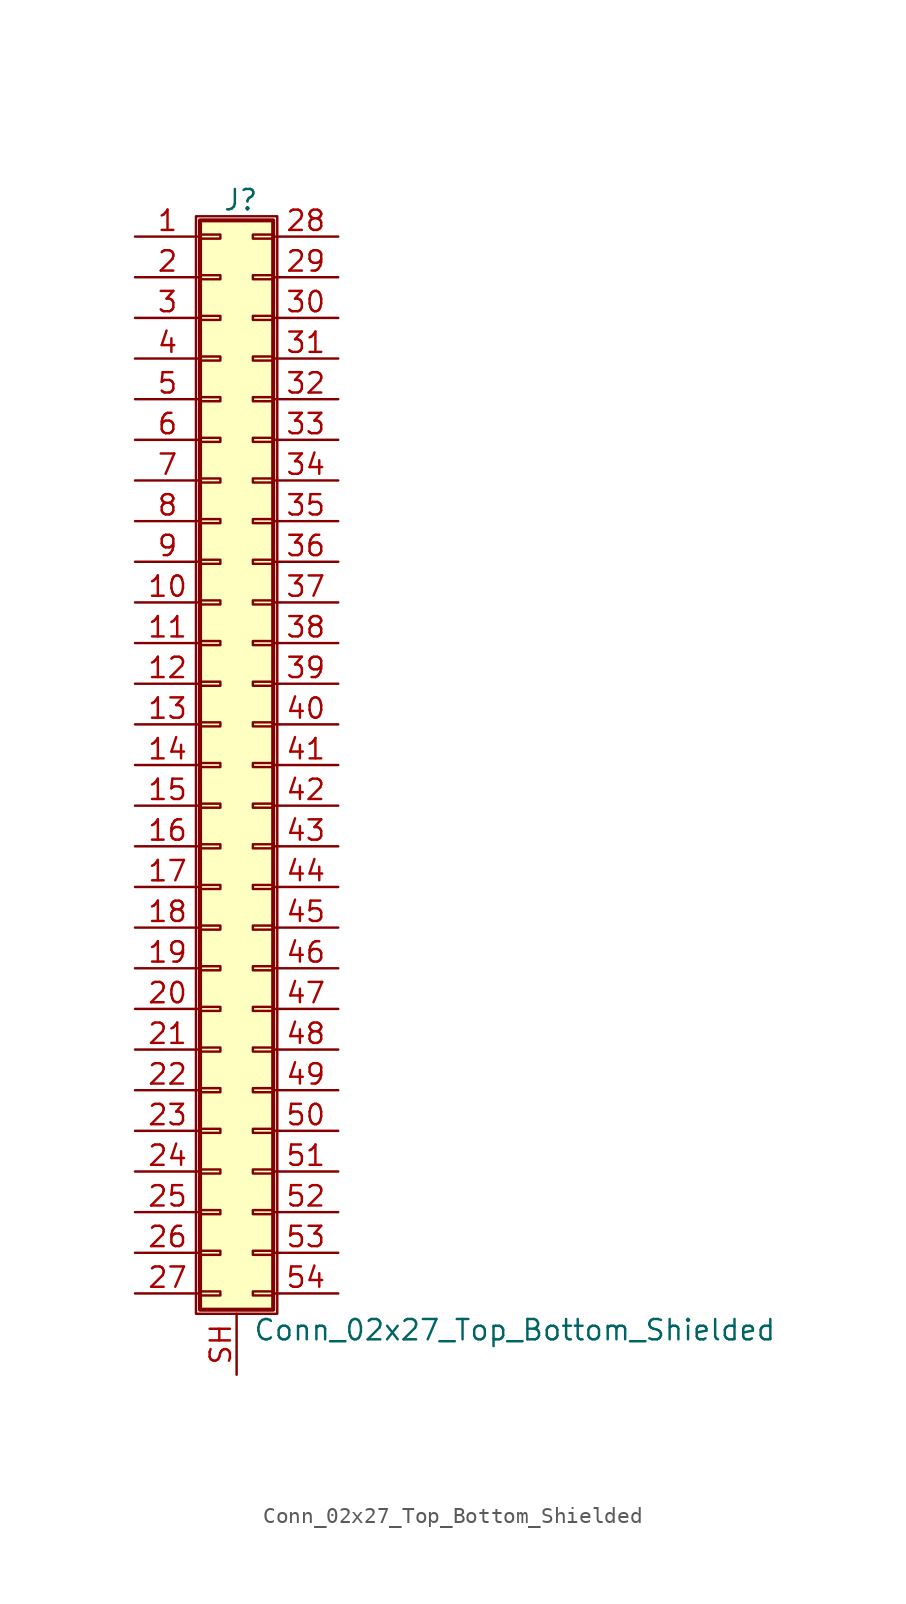
<source format=kicad_sym>
(kicad_symbol_lib
  (version 20211014)
  (generator kicad_symbol_editor)
  (symbol "Conn_02x27_Top_Bottom_Shielded"
    (pin_names
      (offset 1.016) hide)
    (property "Reference" "J"
      (at 1.524 35.306 0)
      (effects (font (size 1.27 1.27))))
    (property "Value" "Conn_02x27_Top_Bottom_Shielded"
      (at 2.286 -35.306 0)
      (effects (font (size 1.27 1.27)) (justify left)))
    (symbol "Conn_02x27_Top_Bottom_Shielded_1_1"
      (rectangle (start -1.27 34.29) (end 3.81 -34.29) (stroke (width 0.152) (type default) (color 0 0 0 0)) (fill (type none)))
      (rectangle (start -1.016 -32.893) (end 0.254 -33.147) (stroke (width 0.152) (type default) (color 0 0 0 0)) (fill (type none)))
      (rectangle (start -1.016 -30.353) (end 0.254 -30.607) (stroke (width 0.152) (type default) (color 0 0 0 0)) (fill (type none)))
      (rectangle (start -1.016 -27.813) (end 0.254 -28.067) (stroke (width 0.152) (type default) (color 0 0 0 0)) (fill (type none)))
      (rectangle (start -1.016 -25.273) (end 0.254 -25.527) (stroke (width 0.152) (type default) (color 0 0 0 0)) (fill (type none)))
      (rectangle (start -1.016 -22.733) (end 0.254 -22.987) (stroke (width 0.152) (type default) (color 0 0 0 0)) (fill (type none)))
      (rectangle (start -1.016 -20.193) (end 0.254 -20.447) (stroke (width 0.152) (type default) (color 0 0 0 0)) (fill (type none)))
      (rectangle (start -1.016 -17.653) (end 0.254 -17.907) (stroke (width 0.152) (type default) (color 0 0 0 0)) (fill (type none)))
      (rectangle (start -1.016 -15.113) (end 0.254 -15.367) (stroke (width 0.152) (type default) (color 0 0 0 0)) (fill (type none)))
      (rectangle (start -1.016 -12.573) (end 0.254 -12.827) (stroke (width 0.152) (type default) (color 0 0 0 0)) (fill (type none)))
      (rectangle (start -1.016 -10.033) (end 0.254 -10.287) (stroke (width 0.152) (type default) (color 0 0 0 0)) (fill (type none)))
      (rectangle (start -1.016 -7.493) (end 0.254 -7.747) (stroke (width 0.152) (type default) (color 0 0 0 0)) (fill (type none)))
      (rectangle (start -1.016 -4.953) (end 0.254 -5.207) (stroke (width 0.152) (type default) (color 0 0 0 0)) (fill (type none)))
      (rectangle (start -1.016 -2.413) (end 0.254 -2.667) (stroke (width 0.152) (type default) (color 0 0 0 0)) (fill (type none)))
      (rectangle (start -1.016 0.127) (end 0.254 -0.127) (stroke (width 0.152) (type default) (color 0 0 0 0)) (fill (type none)))
      (rectangle (start -1.016 2.667) (end 0.254 2.413) (stroke (width 0.152) (type default) (color 0 0 0 0)) (fill (type none)))
      (rectangle (start -1.016 5.207) (end 0.254 4.953) (stroke (width 0.152) (type default) (color 0 0 0 0)) (fill (type none)))
      (rectangle (start -1.016 7.747) (end 0.254 7.493) (stroke (width 0.152) (type default) (color 0 0 0 0)) (fill (type none)))
      (rectangle (start -1.016 10.287) (end 0.254 10.033) (stroke (width 0.152) (type default) (color 0 0 0 0)) (fill (type none)))
      (rectangle (start -1.016 12.827) (end 0.254 12.573) (stroke (width 0.152) (type default) (color 0 0 0 0)) (fill (type none)))
      (rectangle (start -1.016 15.367) (end 0.254 15.113) (stroke (width 0.152) (type default) (color 0 0 0 0)) (fill (type none)))
      (rectangle (start -1.016 17.907) (end 0.254 17.653) (stroke (width 0.152) (type default) (color 0 0 0 0)) (fill (type none)))
      (rectangle (start -1.016 20.447) (end 0.254 20.193) (stroke (width 0.152) (type default) (color 0 0 0 0)) (fill (type none)))
      (rectangle (start -1.016 22.987) (end 0.254 22.733) (stroke (width 0.152) (type default) (color 0 0 0 0)) (fill (type none)))
      (rectangle (start -1.016 25.527) (end 0.254 25.273) (stroke (width 0.152) (type default) (color 0 0 0 0)) (fill (type none)))
      (rectangle (start -1.016 28.067) (end 0.254 27.813) (stroke (width 0.152) (type default) (color 0 0 0 0)) (fill (type none)))
      (rectangle (start -1.016 30.607) (end 0.254 30.353) (stroke (width 0.152) (type default) (color 0 0 0 0)) (fill (type none)))
      (rectangle (start -1.016 33.147) (end 0.254 32.893) (stroke (width 0.152) (type default) (color 0 0 0 0)) (fill (type none)))
      (rectangle (start -1.016 34.036) (end 3.556 -34.036) (stroke (width 0.254) (type default) (color 0 0 0 0)) (fill (type background)))
      (rectangle (start 3.556 -32.893) (end 2.286 -33.147) (stroke (width 0.152) (type default) (color 0 0 0 0)) (fill (type none)))
      (rectangle (start 3.556 -30.353) (end 2.286 -30.607) (stroke (width 0.152) (type default) (color 0 0 0 0)) (fill (type none)))
      (rectangle (start 3.556 -27.813) (end 2.286 -28.067) (stroke (width 0.152) (type default) (color 0 0 0 0)) (fill (type none)))
      (rectangle (start 3.556 -25.273) (end 2.286 -25.527) (stroke (width 0.152) (type default) (color 0 0 0 0)) (fill (type none)))
      (rectangle (start 3.556 -22.733) (end 2.286 -22.987) (stroke (width 0.152) (type default) (color 0 0 0 0)) (fill (type none)))
      (rectangle (start 3.556 -20.193) (end 2.286 -20.447) (stroke (width 0.152) (type default) (color 0 0 0 0)) (fill (type none)))
      (rectangle (start 3.556 -17.653) (end 2.286 -17.907) (stroke (width 0.152) (type default) (color 0 0 0 0)) (fill (type none)))
      (rectangle (start 3.556 -15.113) (end 2.286 -15.367) (stroke (width 0.152) (type default) (color 0 0 0 0)) (fill (type none)))
      (rectangle (start 3.556 -12.573) (end 2.286 -12.827) (stroke (width 0.152) (type default) (color 0 0 0 0)) (fill (type none)))
      (rectangle (start 3.556 -10.033) (end 2.286 -10.287) (stroke (width 0.152) (type default) (color 0 0 0 0)) (fill (type none)))
      (rectangle (start 3.556 -7.493) (end 2.286 -7.747) (stroke (width 0.152) (type default) (color 0 0 0 0)) (fill (type none)))
      (rectangle (start 3.556 -4.953) (end 2.286 -5.207) (stroke (width 0.152) (type default) (color 0 0 0 0)) (fill (type none)))
      (rectangle (start 3.556 -2.413) (end 2.286 -2.667) (stroke (width 0.152) (type default) (color 0 0 0 0)) (fill (type none)))
      (rectangle (start 3.556 0.127) (end 2.286 -0.127) (stroke (width 0.152) (type default) (color 0 0 0 0)) (fill (type none)))
      (rectangle (start 3.556 2.667) (end 2.286 2.413) (stroke (width 0.152) (type default) (color 0 0 0 0)) (fill (type none)))
      (rectangle (start 3.556 5.207) (end 2.286 4.953) (stroke (width 0.152) (type default) (color 0 0 0 0)) (fill (type none)))
      (rectangle (start 3.556 7.747) (end 2.286 7.493) (stroke (width 0.152) (type default) (color 0 0 0 0)) (fill (type none)))
      (rectangle (start 3.556 10.287) (end 2.286 10.033) (stroke (width 0.152) (type default) (color 0 0 0 0)) (fill (type none)))
      (rectangle (start 3.556 12.827) (end 2.286 12.573) (stroke (width 0.152) (type default) (color 0 0 0 0)) (fill (type none)))
      (rectangle (start 3.556 15.367) (end 2.286 15.113) (stroke (width 0.152) (type default) (color 0 0 0 0)) (fill (type none)))
      (rectangle (start 3.556 17.907) (end 2.286 17.653) (stroke (width 0.152) (type default) (color 0 0 0 0)) (fill (type none)))
      (rectangle (start 3.556 20.447) (end 2.286 20.193) (stroke (width 0.152) (type default) (color 0 0 0 0)) (fill (type none)))
      (rectangle (start 3.556 22.987) (end 2.286 22.733) (stroke (width 0.152) (type default) (color 0 0 0 0)) (fill (type none)))
      (rectangle (start 3.556 25.527) (end 2.286 25.273) (stroke (width 0.152) (type default) (color 0 0 0 0)) (fill (type none)))
      (rectangle (start 3.556 28.067) (end 2.286 27.813) (stroke (width 0.152) (type default) (color 0 0 0 0)) (fill (type none)))
      (rectangle (start 3.556 30.607) (end 2.286 30.353) (stroke (width 0.152) (type default) (color 0 0 0 0)) (fill (type none)))
      (rectangle (start 3.556 33.147) (end 2.286 32.893) (stroke (width 0.152) (type default) (color 0 0 0 0)) (fill (type none)))
      (pin passive line (at -5.08 33.02 0) (length 4.064) (name "Pin_1" (effects (font (size 1.27 1.27)))) (number "1" (effects (font (size 1.27 1.27)))))
      (pin passive line (at -5.08 10.16 0) (length 4.064) (name "Pin_10" (effects (font (size 1.27 1.27)))) (number "10" (effects (font (size 1.27 1.27)))))
      (pin passive line (at -5.08 7.62 0) (length 4.064) (name "Pin_11" (effects (font (size 1.27 1.27)))) (number "11" (effects (font (size 1.27 1.27)))))
      (pin passive line (at -5.08 5.08 0) (length 4.064) (name "Pin_12" (effects (font (size 1.27 1.27)))) (number "12" (effects (font (size 1.27 1.27)))))
      (pin passive line (at -5.08 2.54 0) (length 4.064) (name "Pin_13" (effects (font (size 1.27 1.27)))) (number "13" (effects (font (size 1.27 1.27)))))
      (pin passive line (at -5.08 0 0) (length 4.064) (name "Pin_14" (effects (font (size 1.27 1.27)))) (number "14" (effects (font (size 1.27 1.27)))))
      (pin passive line (at -5.08 -2.54 0) (length 4.064) (name "Pin_15" (effects (font (size 1.27 1.27)))) (number "15" (effects (font (size 1.27 1.27)))))
      (pin passive line (at -5.08 -5.08 0) (length 4.064) (name "Pin_16" (effects (font (size 1.27 1.27)))) (number "16" (effects (font (size 1.27 1.27)))))
      (pin passive line (at -5.08 -7.62 0) (length 4.064) (name "Pin_17" (effects (font (size 1.27 1.27)))) (number "17" (effects (font (size 1.27 1.27)))))
      (pin passive line (at -5.08 -10.16 0) (length 4.064) (name "Pin_18" (effects (font (size 1.27 1.27)))) (number "18" (effects (font (size 1.27 1.27)))))
      (pin passive line (at -5.08 -12.7 0) (length 4.064) (name "Pin_19" (effects (font (size 1.27 1.27)))) (number "19" (effects (font (size 1.27 1.27)))))
      (pin passive line (at -5.08 30.48 0) (length 4.064) (name "Pin_2" (effects (font (size 1.27 1.27)))) (number "2" (effects (font (size 1.27 1.27)))))
      (pin passive line (at -5.08 -15.24 0) (length 4.064) (name "Pin_20" (effects (font (size 1.27 1.27)))) (number "20" (effects (font (size 1.27 1.27)))))
      (pin passive line (at -5.08 -17.78 0) (length 4.064) (name "Pin_21" (effects (font (size 1.27 1.27)))) (number "21" (effects (font (size 1.27 1.27)))))
      (pin passive line (at -5.08 -20.32 0) (length 4.064) (name "Pin_22" (effects (font (size 1.27 1.27)))) (number "22" (effects (font (size 1.27 1.27)))))
      (pin passive line (at -5.08 -22.86 0) (length 4.064) (name "Pin_23" (effects (font (size 1.27 1.27)))) (number "23" (effects (font (size 1.27 1.27)))))
      (pin passive line (at -5.08 -25.4 0) (length 4.064) (name "Pin_24" (effects (font (size 1.27 1.27)))) (number "24" (effects (font (size 1.27 1.27)))))
      (pin passive line (at -5.08 -27.94 0) (length 4.064) (name "Pin_25" (effects (font (size 1.27 1.27)))) (number "25" (effects (font (size 1.27 1.27)))))
      (pin passive line (at -5.08 -30.48 0) (length 4.064) (name "Pin_26" (effects (font (size 1.27 1.27)))) (number "26" (effects (font (size 1.27 1.27)))))
      (pin passive line (at -5.08 -33.02 0) (length 4.064) (name "Pin_27" (effects (font (size 1.27 1.27)))) (number "27" (effects (font (size 1.27 1.27)))))
      (pin passive line (at 7.62 33.02 180) (length 4.064) (name "Pin_28" (effects (font (size 1.27 1.27)))) (number "28" (effects (font (size 1.27 1.27)))))
      (pin passive line (at 7.62 30.48 180) (length 4.064) (name "Pin_29" (effects (font (size 1.27 1.27)))) (number "29" (effects (font (size 1.27 1.27)))))
      (pin passive line (at -5.08 27.94 0) (length 4.064) (name "Pin_3" (effects (font (size 1.27 1.27)))) (number "3" (effects (font (size 1.27 1.27)))))
      (pin passive line (at 7.62 27.94 180) (length 4.064) (name "Pin_30" (effects (font (size 1.27 1.27)))) (number "30" (effects (font (size 1.27 1.27)))))
      (pin passive line (at 7.62 25.4 180) (length 4.064) (name "Pin_31" (effects (font (size 1.27 1.27)))) (number "31" (effects (font (size 1.27 1.27)))))
      (pin passive line (at 7.62 22.86 180) (length 4.064) (name "Pin_32" (effects (font (size 1.27 1.27)))) (number "32" (effects (font (size 1.27 1.27)))))
      (pin passive line (at 7.62 20.32 180) (length 4.064) (name "Pin_33" (effects (font (size 1.27 1.27)))) (number "33" (effects (font (size 1.27 1.27)))))
      (pin passive line (at 7.62 17.78 180) (length 4.064) (name "Pin_34" (effects (font (size 1.27 1.27)))) (number "34" (effects (font (size 1.27 1.27)))))
      (pin passive line (at 7.62 15.24 180) (length 4.064) (name "Pin_35" (effects (font (size 1.27 1.27)))) (number "35" (effects (font (size 1.27 1.27)))))
      (pin passive line (at 7.62 12.7 180) (length 4.064) (name "Pin_36" (effects (font (size 1.27 1.27)))) (number "36" (effects (font (size 1.27 1.27)))))
      (pin passive line (at 7.62 10.16 180) (length 4.064) (name "Pin_37" (effects (font (size 1.27 1.27)))) (number "37" (effects (font (size 1.27 1.27)))))
      (pin passive line (at 7.62 7.62 180) (length 4.064) (name "Pin_38" (effects (font (size 1.27 1.27)))) (number "38" (effects (font (size 1.27 1.27)))))
      (pin passive line (at 7.62 5.08 180) (length 4.064) (name "Pin_39" (effects (font (size 1.27 1.27)))) (number "39" (effects (font (size 1.27 1.27)))))
      (pin passive line (at -5.08 25.4 0) (length 4.064) (name "Pin_4" (effects (font (size 1.27 1.27)))) (number "4" (effects (font (size 1.27 1.27)))))
      (pin passive line (at 7.62 2.54 180) (length 4.064) (name "Pin_40" (effects (font (size 1.27 1.27)))) (number "40" (effects (font (size 1.27 1.27)))))
      (pin passive line (at 7.62 0 180) (length 4.064) (name "Pin_41" (effects (font (size 1.27 1.27)))) (number "41" (effects (font (size 1.27 1.27)))))
      (pin passive line (at 7.62 -2.54 180) (length 4.064) (name "Pin_42" (effects (font (size 1.27 1.27)))) (number "42" (effects (font (size 1.27 1.27)))))
      (pin passive line (at 7.62 -5.08 180) (length 4.064) (name "Pin_43" (effects (font (size 1.27 1.27)))) (number "43" (effects (font (size 1.27 1.27)))))
      (pin passive line (at 7.62 -7.62 180) (length 4.064) (name "Pin_44" (effects (font (size 1.27 1.27)))) (number "44" (effects (font (size 1.27 1.27)))))
      (pin passive line (at 7.62 -10.16 180) (length 4.064) (name "Pin_45" (effects (font (size 1.27 1.27)))) (number "45" (effects (font (size 1.27 1.27)))))
      (pin passive line (at 7.62 -12.7 180) (length 4.064) (name "Pin_46" (effects (font (size 1.27 1.27)))) (number "46" (effects (font (size 1.27 1.27)))))
      (pin passive line (at 7.62 -15.24 180) (length 4.064) (name "Pin_47" (effects (font (size 1.27 1.27)))) (number "47" (effects (font (size 1.27 1.27)))))
      (pin passive line (at 7.62 -17.78 180) (length 4.064) (name "Pin_48" (effects (font (size 1.27 1.27)))) (number "48" (effects (font (size 1.27 1.27)))))
      (pin passive line (at 7.62 -20.32 180) (length 4.064) (name "Pin_49" (effects (font (size 1.27 1.27)))) (number "49" (effects (font (size 1.27 1.27)))))
      (pin passive line (at -5.08 22.86 0) (length 4.064) (name "Pin_5" (effects (font (size 1.27 1.27)))) (number "5" (effects (font (size 1.27 1.27)))))
      (pin passive line (at 7.62 -22.86 180) (length 4.064) (name "Pin_50" (effects (font (size 1.27 1.27)))) (number "50" (effects (font (size 1.27 1.27)))))
      (pin passive line (at 7.62 -25.4 180) (length 4.064) (name "Pin_51" (effects (font (size 1.27 1.27)))) (number "51" (effects (font (size 1.27 1.27)))))
      (pin passive line (at 7.62 -27.94 180) (length 4.064) (name "Pin_52" (effects (font (size 1.27 1.27)))) (number "52" (effects (font (size 1.27 1.27)))))
      (pin passive line (at 7.62 -30.48 180) (length 4.064) (name "Pin_53" (effects (font (size 1.27 1.27)))) (number "53" (effects (font (size 1.27 1.27)))))
      (pin passive line (at 7.62 -33.02 180) (length 4.064) (name "Pin_54" (effects (font (size 1.27 1.27)))) (number "54" (effects (font (size 1.27 1.27)))))
      (pin passive line (at -5.08 20.32 0) (length 4.064) (name "Pin_6" (effects (font (size 1.27 1.27)))) (number "6" (effects (font (size 1.27 1.27)))))
      (pin passive line (at -5.08 17.78 0) (length 4.064) (name "Pin_7" (effects (font (size 1.27 1.27)))) (number "7" (effects (font (size 1.27 1.27)))))
      (pin passive line (at -5.08 15.24 0) (length 4.064) (name "Pin_8" (effects (font (size 1.27 1.27)))) (number "8" (effects (font (size 1.27 1.27)))))
      (pin passive line (at -5.08 12.7 0) (length 4.064) (name "Pin_9" (effects (font (size 1.27 1.27)))) (number "9" (effects (font (size 1.27 1.27)))))
      (pin passive line (at 1.27 -38.1 90) (length 3.81) (name "Shield" (effects (font (size 1.27 1.27)))) (number "SH" (effects (font (size 1.27 1.27))))))))
</source>
